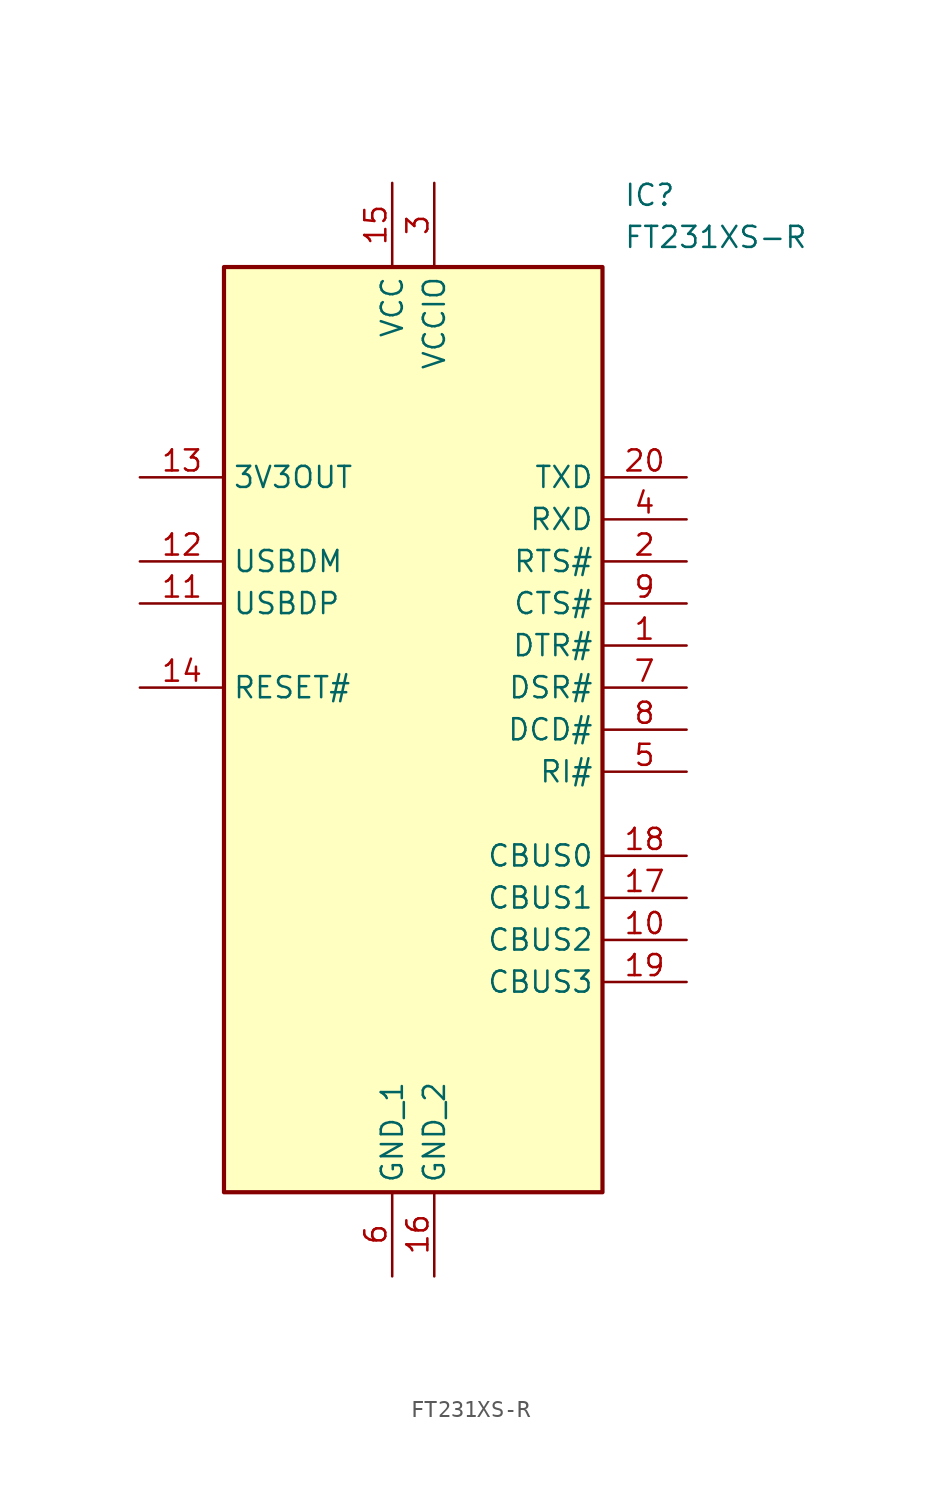
<source format=kicad_sym>
(kicad_symbol_lib
  (version 20211014)
  (generator SamacSys_ECAD_Model)
  (symbol "FT231XS-R"
    (property "Reference" "IC"
      (at 29.21 17.78 0)
      (effects (font (size 1.27 1.27)) (justify left top)))
    (property "Value" "FT231XS-R"
      (at 29.21 15.24 0)
      (effects (font (size 1.27 1.27)) (justify left top)))
    (rectangle
      (start 5.08 12.7)
      (end 27.94 -43.18)
      (stroke (width 0.254) (type default))
      (fill (type background)))
    (pin passive line
      (at 33.02 -10.16 180)
      (length 5.08)
      (name "DTR#" (effects (font (size 1.27 1.27))))
      (number "1" (effects (font (size 1.27 1.27)))))
    (pin passive line
      (at 33.02 -5.08 180)
      (length 5.08)
      (name "RTS#" (effects (font (size 1.27 1.27))))
      (number "2" (effects (font (size 1.27 1.27)))))
    (pin passive line
      (at 17.78 17.78 270)
      (length 5.08)
      (name "VCCIO" (effects (font (size 1.27 1.27))))
      (number "3" (effects (font (size 1.27 1.27)))))
    (pin passive line
      (at 33.02 -2.54 180)
      (length 5.08)
      (name "RXD" (effects (font (size 1.27 1.27))))
      (number "4" (effects (font (size 1.27 1.27)))))
    (pin passive line
      (at 33.02 -17.78 180)
      (length 5.08)
      (name "RI#" (effects (font (size 1.27 1.27))))
      (number "5" (effects (font (size 1.27 1.27)))))
    (pin passive line
      (at 15.24 -48.26 90)
      (length 5.08)
      (name "GND_1" (effects (font (size 1.27 1.27))))
      (number "6" (effects (font (size 1.27 1.27)))))
    (pin passive line
      (at 33.02 -12.7 180)
      (length 5.08)
      (name "DSR#" (effects (font (size 1.27 1.27))))
      (number "7" (effects (font (size 1.27 1.27)))))
    (pin passive line
      (at 33.02 -15.24 180)
      (length 5.08)
      (name "DCD#" (effects (font (size 1.27 1.27))))
      (number "8" (effects (font (size 1.27 1.27)))))
    (pin passive line
      (at 33.02 -7.62 180)
      (length 5.08)
      (name "CTS#" (effects (font (size 1.27 1.27))))
      (number "9" (effects (font (size 1.27 1.27)))))
    (pin passive line
      (at 33.02 -27.94 180)
      (length 5.08)
      (name "CBUS2" (effects (font (size 1.27 1.27))))
      (number "10" (effects (font (size 1.27 1.27)))))
    (pin passive line
      (at 0 -7.62 0)
      (length 5.08)
      (name "USBDP" (effects (font (size 1.27 1.27))))
      (number "11" (effects (font (size 1.27 1.27)))))
    (pin passive line
      (at 0 -5.08 0)
      (length 5.08)
      (name "USBDM" (effects (font (size 1.27 1.27))))
      (number "12" (effects (font (size 1.27 1.27)))))
    (pin passive line
      (at 0 0 0)
      (length 5.08)
      (name "3V3OUT" (effects (font (size 1.27 1.27))))
      (number "13" (effects (font (size 1.27 1.27)))))
    (pin passive line
      (at 0 -12.7 0)
      (length 5.08)
      (name "RESET#" (effects (font (size 1.27 1.27))))
      (number "14" (effects (font (size 1.27 1.27)))))
    (pin passive line
      (at 15.24 17.78 270)
      (length 5.08)
      (name "VCC" (effects (font (size 1.27 1.27))))
      (number "15" (effects (font (size 1.27 1.27)))))
    (pin passive line
      (at 17.78 -48.26 90)
      (length 5.08)
      (name "GND_2" (effects (font (size 1.27 1.27))))
      (number "16" (effects (font (size 1.27 1.27)))))
    (pin passive line
      (at 33.02 -25.4 180)
      (length 5.08)
      (name "CBUS1" (effects (font (size 1.27 1.27))))
      (number "17" (effects (font (size 1.27 1.27)))))
    (pin passive line
      (at 33.02 -22.86 180)
      (length 5.08)
      (name "CBUS0" (effects (font (size 1.27 1.27))))
      (number "18" (effects (font (size 1.27 1.27)))))
    (pin passive line
      (at 33.02 -30.48 180)
      (length 5.08)
      (name "CBUS3" (effects (font (size 1.27 1.27))))
      (number "19" (effects (font (size 1.27 1.27)))))
    (pin passive line
      (at 33.02 0 180)
      (length 5.08)
      (name "TXD" (effects (font (size 1.27 1.27))))
      (number "20" (effects (font (size 1.27 1.27)))))))
</source>
